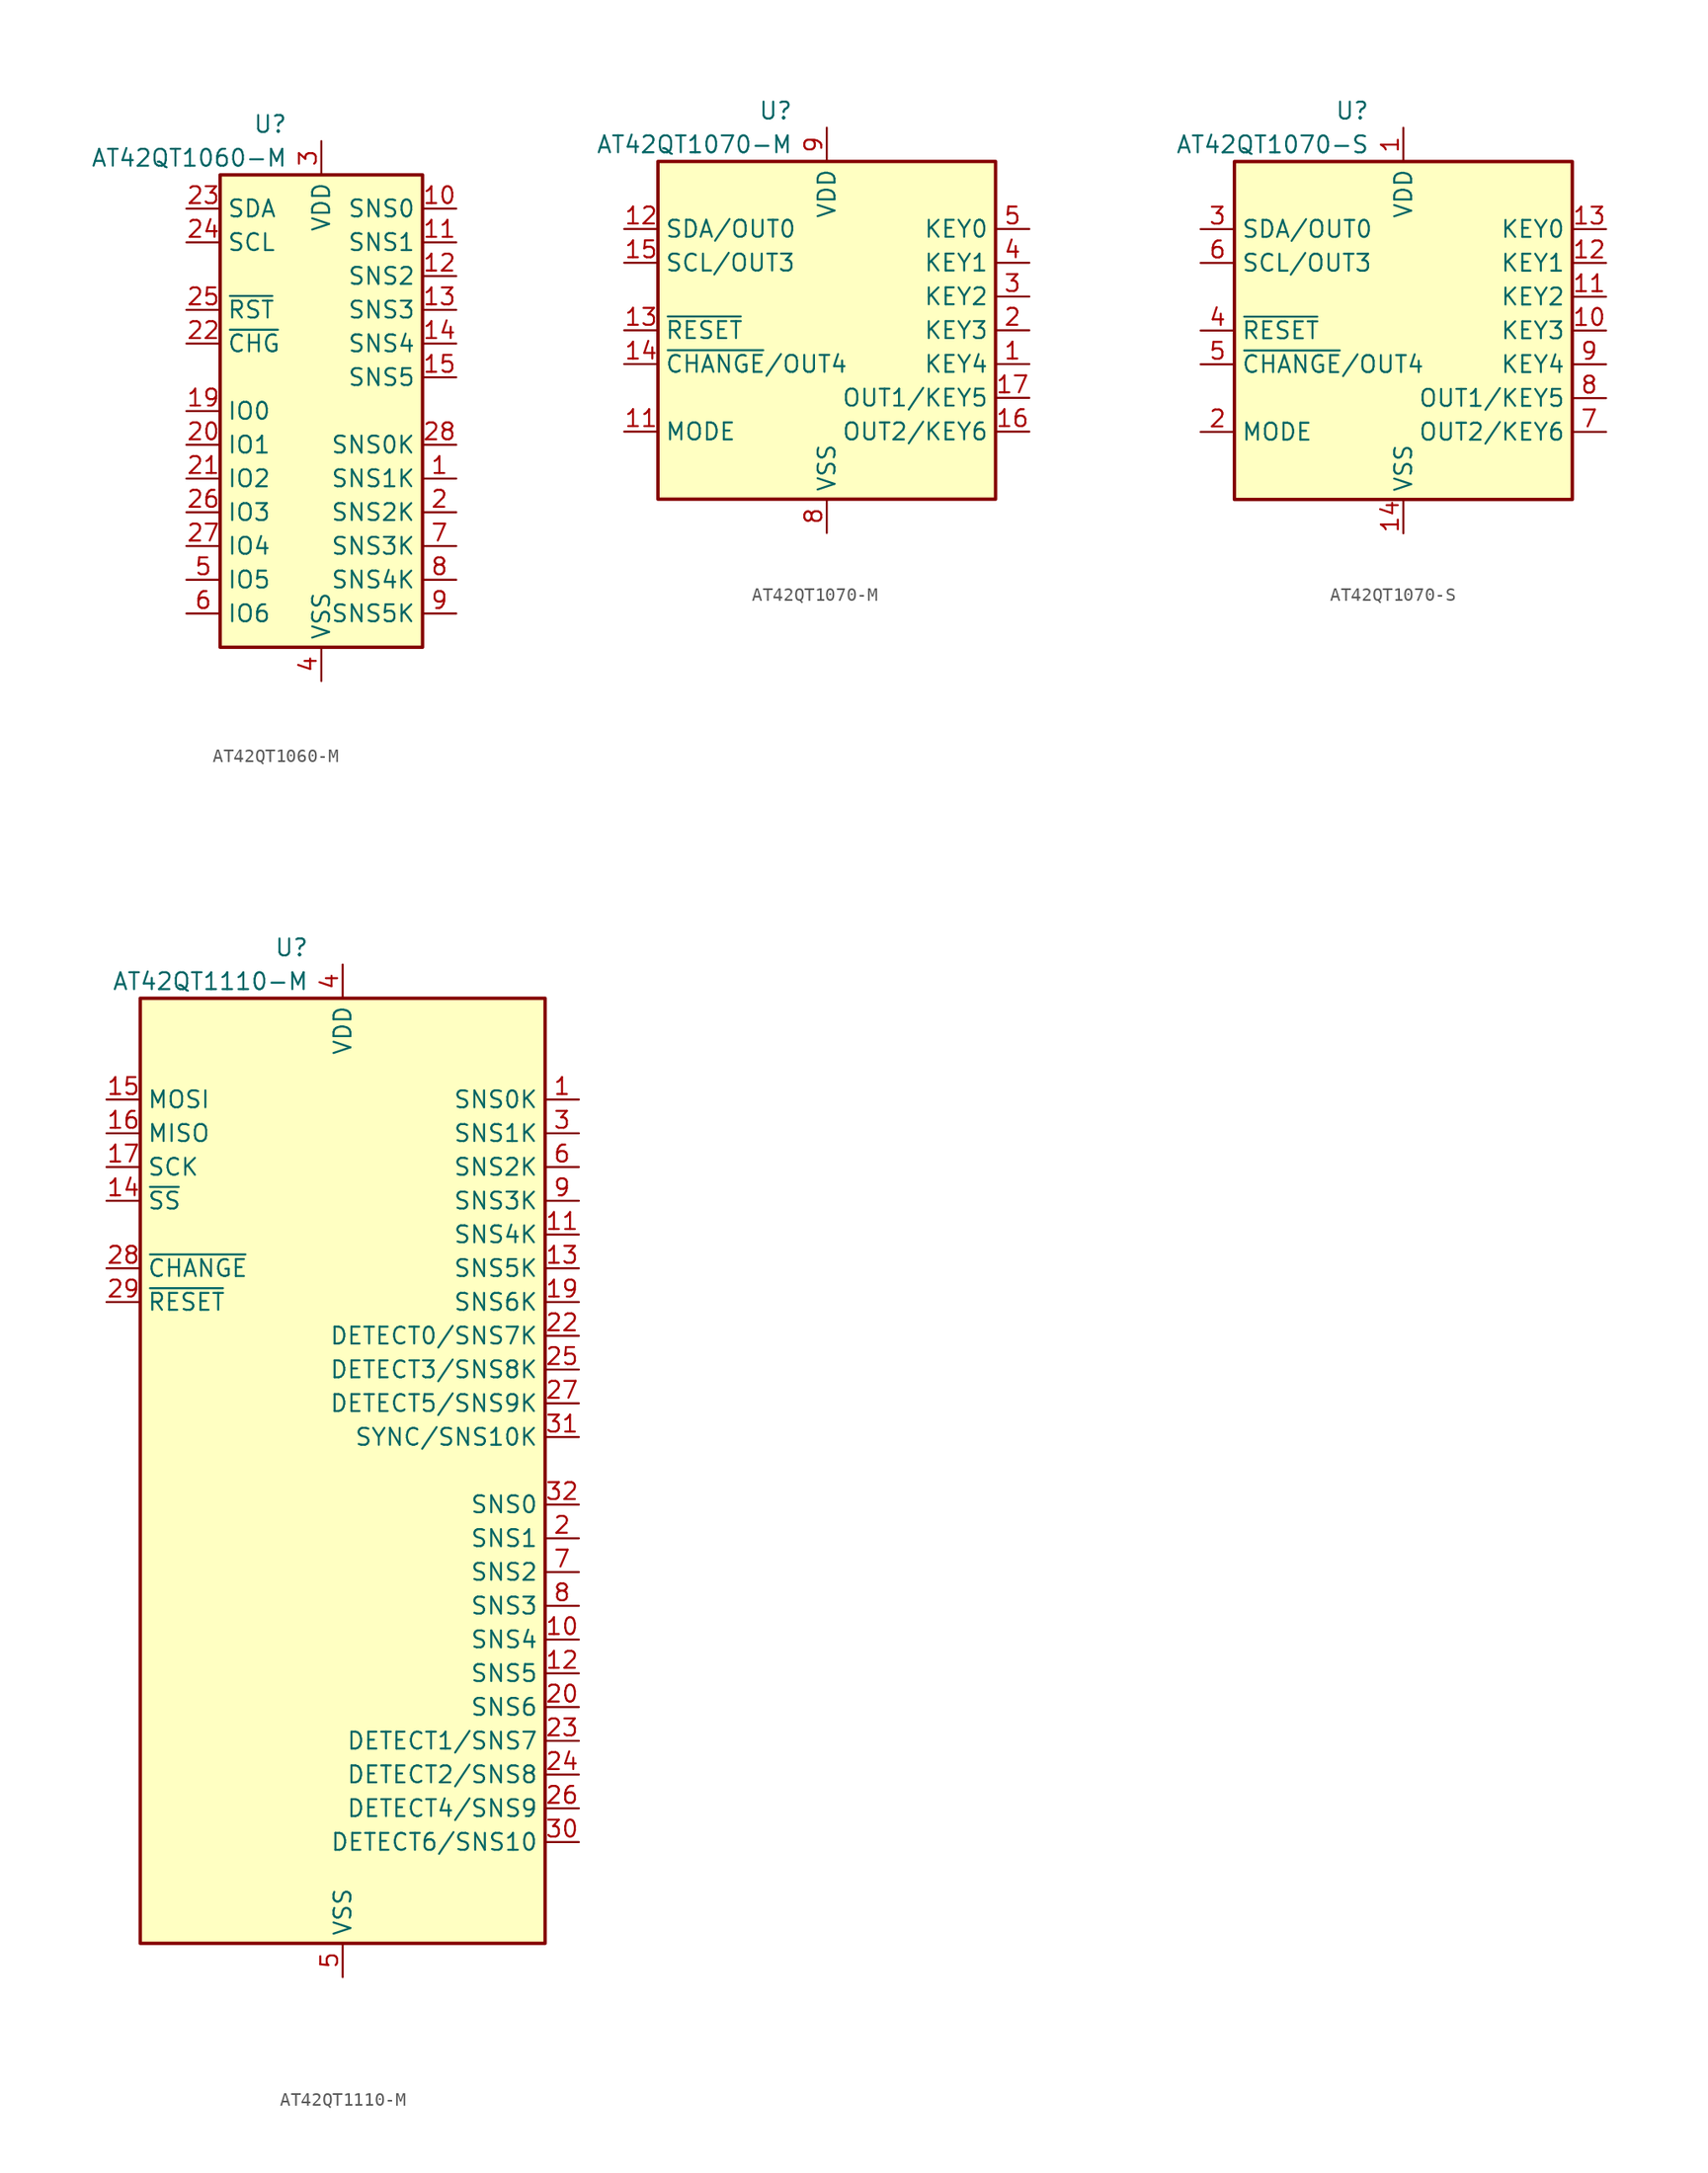
<source format=kicad_sym>
(kicad_symbol_lib
  (version 20241209)
  (generator "kicad_symbol_editor")
  (generator_version "9.0")
  (symbol "AT42QT1060-M"
    (property "Reference" "U"
      (at -2.54 21.59 0)
      (effects (font (size 1.27 1.27)) (justify right)))
    (property "Value" "AT42QT1060-M"
      (at -2.54 19.05 0)
      (effects (font (size 1.27 1.27)) (justify right)))
    (symbol "AT42QT1060-M_0_1"
      (rectangle (start 7.62 17.78) (end -7.62 -17.78) (stroke (width 0.254) (type default)) (fill (type background))))
    (symbol "AT42QT1060-M_1_1"
      (pin bidirectional line (at -10.16 15.24 0) (length 2.54) (name "SDA" (effects (font (size 1.27 1.27)))) (number "23" (effects (font (size 1.27 1.27)))))
      (pin input line (at -10.16 12.7 0) (length 2.54) (name "SCL" (effects (font (size 1.27 1.27)))) (number "24" (effects (font (size 1.27 1.27)))))
      (pin input line (at -10.16 7.62 0) (length 2.54) (name "~{RST}" (effects (font (size 1.27 1.27)))) (number "25" (effects (font (size 1.27 1.27)))))
      (pin open_collector line (at -10.16 5.08 0) (length 2.54) (name "~{CHG}" (effects (font (size 1.27 1.27)))) (number "22" (effects (font (size 1.27 1.27)))))
      (pin bidirectional line (at -10.16 0 0) (length 2.54) (name "IO0" (effects (font (size 1.27 1.27)))) (number "19" (effects (font (size 1.27 1.27)))))
      (pin bidirectional line (at -10.16 -2.54 0) (length 2.54) (name "IO1" (effects (font (size 1.27 1.27)))) (number "20" (effects (font (size 1.27 1.27)))))
      (pin bidirectional line (at -10.16 -5.08 0) (length 2.54) (name "IO2" (effects (font (size 1.27 1.27)))) (number "21" (effects (font (size 1.27 1.27)))))
      (pin bidirectional line (at -10.16 -7.62 0) (length 2.54) (name "IO3" (effects (font (size 1.27 1.27)))) (number "26" (effects (font (size 1.27 1.27)))))
      (pin bidirectional line (at -10.16 -10.16 0) (length 2.54) (name "IO4" (effects (font (size 1.27 1.27)))) (number "27" (effects (font (size 1.27 1.27)))))
      (pin bidirectional line (at -10.16 -12.7 0) (length 2.54) (name "IO5" (effects (font (size 1.27 1.27)))) (number "5" (effects (font (size 1.27 1.27)))))
      (pin bidirectional line (at -10.16 -15.24 0) (length 2.54) (name "IO6" (effects (font (size 1.27 1.27)))) (number "6" (effects (font (size 1.27 1.27)))))
      (pin passive line (at 0 20.32 270) (length 2.54) (hide yes) (name "VDD" (effects (font (size 1.27 1.27)))) (number "16" (effects (font (size 1.27 1.27)))))
      (pin passive line (at 0 20.32 270) (length 2.54) (hide yes) (name "VDD" (effects (font (size 1.27 1.27)))) (number "17" (effects (font (size 1.27 1.27)))))
      (pin power_in line (at 0 20.32 270) (length 2.54) (name "VDD" (effects (font (size 1.27 1.27)))) (number "3" (effects (font (size 1.27 1.27)))))
      (pin passive line (at 0 -20.32 90) (length 2.54) (hide yes) (name "VSS" (effects (font (size 1.27 1.27)))) (number "18" (effects (font (size 1.27 1.27)))))
      (pin passive line (at 0 -20.32 90) (length 2.54) (hide yes) (name "VSS" (effects (font (size 1.27 1.27)))) (number "29" (effects (font (size 1.27 1.27)))))
      (pin power_in line (at 0 -20.32 90) (length 2.54) (name "VSS" (effects (font (size 1.27 1.27)))) (number "4" (effects (font (size 1.27 1.27)))))
      (pin passive line (at 10.16 15.24 180) (length 2.54) (name "SNS0" (effects (font (size 1.27 1.27)))) (number "10" (effects (font (size 1.27 1.27)))))
      (pin passive line (at 10.16 12.7 180) (length 2.54) (name "SNS1" (effects (font (size 1.27 1.27)))) (number "11" (effects (font (size 1.27 1.27)))))
      (pin passive line (at 10.16 10.16 180) (length 2.54) (name "SNS2" (effects (font (size 1.27 1.27)))) (number "12" (effects (font (size 1.27 1.27)))))
      (pin passive line (at 10.16 7.62 180) (length 2.54) (name "SNS3" (effects (font (size 1.27 1.27)))) (number "13" (effects (font (size 1.27 1.27)))))
      (pin passive line (at 10.16 5.08 180) (length 2.54) (name "SNS4" (effects (font (size 1.27 1.27)))) (number "14" (effects (font (size 1.27 1.27)))))
      (pin passive line (at 10.16 2.54 180) (length 2.54) (name "SNS5" (effects (font (size 1.27 1.27)))) (number "15" (effects (font (size 1.27 1.27)))))
      (pin passive line (at 10.16 -2.54 180) (length 2.54) (name "SNS0K" (effects (font (size 1.27 1.27)))) (number "28" (effects (font (size 1.27 1.27)))))
      (pin passive line (at 10.16 -5.08 180) (length 2.54) (name "SNS1K" (effects (font (size 1.27 1.27)))) (number "1" (effects (font (size 1.27 1.27)))))
      (pin passive line (at 10.16 -7.62 180) (length 2.54) (name "SNS2K" (effects (font (size 1.27 1.27)))) (number "2" (effects (font (size 1.27 1.27)))))
      (pin passive line (at 10.16 -10.16 180) (length 2.54) (name "SNS3K" (effects (font (size 1.27 1.27)))) (number "7" (effects (font (size 1.27 1.27)))))
      (pin passive line (at 10.16 -12.7 180) (length 2.54) (name "SNS4K" (effects (font (size 1.27 1.27)))) (number "8" (effects (font (size 1.27 1.27)))))
      (pin passive line (at 10.16 -15.24 180) (length 2.54) (name "SNS5K" (effects (font (size 1.27 1.27)))) (number "9" (effects (font (size 1.27 1.27)))))))
  (symbol "AT42QT1070-M"
    (property "Reference" "U"
      (at -2.54 16.51 0)
      (effects (font (size 1.27 1.27)) (justify right)))
    (property "Value" "AT42QT1070-M"
      (at -2.54 13.97 0)
      (effects (font (size 1.27 1.27)) (justify right)))
    (symbol "AT42QT1070-M_0_1"
      (rectangle (start -12.7 12.7) (end 12.7 -12.7) (stroke (width 0.254) (type default)) (fill (type background))))
    (symbol "AT42QT1070-M_1_1"
      (pin bidirectional line (at -15.24 7.62 0) (length 2.54) (name "SDA/OUT0" (effects (font (size 1.27 1.27)))) (number "12" (effects (font (size 1.27 1.27)))))
      (pin bidirectional line (at -15.24 5.08 0) (length 2.54) (name "SCL/OUT3" (effects (font (size 1.27 1.27)))) (number "15" (effects (font (size 1.27 1.27)))))
      (pin input line (at -15.24 0 0) (length 2.54) (name "~{RESET}" (effects (font (size 1.27 1.27)))) (number "13" (effects (font (size 1.27 1.27)))))
      (pin open_collector line (at -15.24 -2.54 0) (length 2.54) (name "~{CHANGE}/OUT4" (effects (font (size 1.27 1.27)))) (number "14" (effects (font (size 1.27 1.27)))))
      (pin input line (at -15.24 -7.62 0) (length 2.54) (name "MODE" (effects (font (size 1.27 1.27)))) (number "11" (effects (font (size 1.27 1.27)))))
      (pin no_connect line (at -10.16 -12.7 90) (length 2.54) (hide yes) (name "NC" (effects (font (size 1.27 1.27)))) (number "6" (effects (font (size 1.27 1.27)))))
      (pin no_connect line (at -7.62 -12.7 90) (length 2.54) (hide yes) (name "NC" (effects (font (size 1.27 1.27)))) (number "7" (effects (font (size 1.27 1.27)))))
      (pin no_connect line (at -5.08 -12.7 90) (length 2.54) (hide yes) (name "NC" (effects (font (size 1.27 1.27)))) (number "10" (effects (font (size 1.27 1.27)))))
      (pin power_in line (at 0 15.24 270) (length 2.54) (name "VDD" (effects (font (size 1.27 1.27)))) (number "9" (effects (font (size 1.27 1.27)))))
      (pin passive line (at 0 -15.24 90) (length 2.54) (hide yes) (name "VSS" (effects (font (size 1.27 1.27)))) (number "21" (effects (font (size 1.27 1.27)))))
      (pin power_in line (at 0 -15.24 90) (length 2.54) (name "VSS" (effects (font (size 1.27 1.27)))) (number "8" (effects (font (size 1.27 1.27)))))
      (pin no_connect line (at 5.08 -12.7 90) (length 2.54) (hide yes) (name "NC" (effects (font (size 1.27 1.27)))) (number "18" (effects (font (size 1.27 1.27)))))
      (pin no_connect line (at 7.62 -12.7 90) (length 2.54) (hide yes) (name "NC" (effects (font (size 1.27 1.27)))) (number "19" (effects (font (size 1.27 1.27)))))
      (pin no_connect line (at 10.16 -12.7 90) (length 2.54) (hide yes) (name "NC" (effects (font (size 1.27 1.27)))) (number "20" (effects (font (size 1.27 1.27)))))
      (pin passive line (at 15.24 7.62 180) (length 2.54) (name "KEY0" (effects (font (size 1.27 1.27)))) (number "5" (effects (font (size 1.27 1.27)))))
      (pin passive line (at 15.24 5.08 180) (length 2.54) (name "KEY1" (effects (font (size 1.27 1.27)))) (number "4" (effects (font (size 1.27 1.27)))))
      (pin passive line (at 15.24 2.54 180) (length 2.54) (name "KEY2" (effects (font (size 1.27 1.27)))) (number "3" (effects (font (size 1.27 1.27)))))
      (pin passive line (at 15.24 0 180) (length 2.54) (name "KEY3" (effects (font (size 1.27 1.27)))) (number "2" (effects (font (size 1.27 1.27)))))
      (pin passive line (at 15.24 -2.54 180) (length 2.54) (name "KEY4" (effects (font (size 1.27 1.27)))) (number "1" (effects (font (size 1.27 1.27)))))
      (pin output line (at 15.24 -5.08 180) (length 2.54) (name "OUT1/KEY5" (effects (font (size 1.27 1.27)))) (number "17" (effects (font (size 1.27 1.27)))))
      (pin output line (at 15.24 -7.62 180) (length 2.54) (name "OUT2/KEY6" (effects (font (size 1.27 1.27)))) (number "16" (effects (font (size 1.27 1.27)))))))
  (symbol "AT42QT1070-S"
    (property "Reference" "U"
      (at -2.54 16.51 0)
      (effects (font (size 1.27 1.27)) (justify right)))
    (property "Value" "AT42QT1070-S"
      (at -2.54 13.97 0)
      (effects (font (size 1.27 1.27)) (justify right)))
    (symbol "AT42QT1070-S_0_1"
      (rectangle (start -12.7 12.7) (end 12.7 -12.7) (stroke (width 0.254) (type default)) (fill (type background))))
    (symbol "AT42QT1070-S_1_1"
      (pin bidirectional line (at -15.24 7.62 0) (length 2.54) (name "SDA/OUT0" (effects (font (size 1.27 1.27)))) (number "3" (effects (font (size 1.27 1.27)))))
      (pin bidirectional line (at -15.24 5.08 0) (length 2.54) (name "SCL/OUT3" (effects (font (size 1.27 1.27)))) (number "6" (effects (font (size 1.27 1.27)))))
      (pin input line (at -15.24 0 0) (length 2.54) (name "~{RESET}" (effects (font (size 1.27 1.27)))) (number "4" (effects (font (size 1.27 1.27)))))
      (pin open_collector line (at -15.24 -2.54 0) (length 2.54) (name "~{CHANGE}/OUT4" (effects (font (size 1.27 1.27)))) (number "5" (effects (font (size 1.27 1.27)))))
      (pin input line (at -15.24 -7.62 0) (length 2.54) (name "MODE" (effects (font (size 1.27 1.27)))) (number "2" (effects (font (size 1.27 1.27)))))
      (pin power_in line (at 0 15.24 270) (length 2.54) (name "VDD" (effects (font (size 1.27 1.27)))) (number "1" (effects (font (size 1.27 1.27)))))
      (pin power_in line (at 0 -15.24 90) (length 2.54) (name "VSS" (effects (font (size 1.27 1.27)))) (number "14" (effects (font (size 1.27 1.27)))))
      (pin passive line (at 15.24 7.62 180) (length 2.54) (name "KEY0" (effects (font (size 1.27 1.27)))) (number "13" (effects (font (size 1.27 1.27)))))
      (pin passive line (at 15.24 5.08 180) (length 2.54) (name "KEY1" (effects (font (size 1.27 1.27)))) (number "12" (effects (font (size 1.27 1.27)))))
      (pin passive line (at 15.24 2.54 180) (length 2.54) (name "KEY2" (effects (font (size 1.27 1.27)))) (number "11" (effects (font (size 1.27 1.27)))))
      (pin passive line (at 15.24 0 180) (length 2.54) (name "KEY3" (effects (font (size 1.27 1.27)))) (number "10" (effects (font (size 1.27 1.27)))))
      (pin passive line (at 15.24 -2.54 180) (length 2.54) (name "KEY4" (effects (font (size 1.27 1.27)))) (number "9" (effects (font (size 1.27 1.27)))))
      (pin output line (at 15.24 -5.08 180) (length 2.54) (name "OUT1/KEY5" (effects (font (size 1.27 1.27)))) (number "8" (effects (font (size 1.27 1.27)))))
      (pin output line (at 15.24 -7.62 180) (length 2.54) (name "OUT2/KEY6" (effects (font (size 1.27 1.27)))) (number "7" (effects (font (size 1.27 1.27)))))))
  (symbol "AT42QT1110-M"
    (property "Reference" "U"
      (at -2.54 39.37 0)
      (effects (font (size 1.27 1.27)) (justify right)))
    (property "Value" "AT42QT1110-M"
      (at -2.54 36.83 0)
      (effects (font (size 1.27 1.27)) (justify right)))
    (symbol "AT42QT1110-M_0_1"
      (rectangle (start -15.24 35.56) (end 15.24 -35.56) (stroke (width 0.254) (type default)) (fill (type background))))
    (symbol "AT42QT1110-M_1_1"
      (pin input line (at -17.78 27.94 0) (length 2.54) (name "MOSI" (effects (font (size 1.27 1.27)))) (number "15" (effects (font (size 1.27 1.27)))))
      (pin output line (at -17.78 25.4 0) (length 2.54) (name "MISO" (effects (font (size 1.27 1.27)))) (number "16" (effects (font (size 1.27 1.27)))))
      (pin input line (at -17.78 22.86 0) (length 2.54) (name "SCK" (effects (font (size 1.27 1.27)))) (number "17" (effects (font (size 1.27 1.27)))))
      (pin input line (at -17.78 20.32 0) (length 2.54) (name "~{SS}" (effects (font (size 1.27 1.27)))) (number "14" (effects (font (size 1.27 1.27)))))
      (pin open_collector line (at -17.78 15.24 0) (length 2.54) (name "~{CHANGE}" (effects (font (size 1.27 1.27)))) (number "28" (effects (font (size 1.27 1.27)))))
      (pin input line (at -17.78 12.7 0) (length 2.54) (name "~{RESET}" (effects (font (size 1.27 1.27)))) (number "29" (effects (font (size 1.27 1.27)))))
      (pin passive line (at 0 38.1 270) (length 2.54) (hide yes) (name "VDD" (effects (font (size 1.27 1.27)))) (number "18" (effects (font (size 1.27 1.27)))))
      (pin power_in line (at 0 38.1 270) (length 2.54) (name "VDD" (effects (font (size 1.27 1.27)))) (number "4" (effects (font (size 1.27 1.27)))))
      (pin passive line (at 0 -38.1 90) (length 2.54) (hide yes) (name "VSS" (effects (font (size 1.27 1.27)))) (number "21" (effects (font (size 1.27 1.27)))))
      (pin passive line (at 0 -38.1 90) (length 2.54) (hide yes) (name "VSS" (effects (font (size 1.27 1.27)))) (number "33" (effects (font (size 1.27 1.27)))))
      (pin power_in line (at 0 -38.1 90) (length 2.54) (name "VSS" (effects (font (size 1.27 1.27)))) (number "5" (effects (font (size 1.27 1.27)))))
      (pin passive line (at 17.78 27.94 180) (length 2.54) (name "SNS0K" (effects (font (size 1.27 1.27)))) (number "1" (effects (font (size 1.27 1.27)))))
      (pin passive line (at 17.78 25.4 180) (length 2.54) (name "SNS1K" (effects (font (size 1.27 1.27)))) (number "3" (effects (font (size 1.27 1.27)))))
      (pin passive line (at 17.78 22.86 180) (length 2.54) (name "SNS2K" (effects (font (size 1.27 1.27)))) (number "6" (effects (font (size 1.27 1.27)))))
      (pin passive line (at 17.78 20.32 180) (length 2.54) (name "SNS3K" (effects (font (size 1.27 1.27)))) (number "9" (effects (font (size 1.27 1.27)))))
      (pin passive line (at 17.78 17.78 180) (length 2.54) (name "SNS4K" (effects (font (size 1.27 1.27)))) (number "11" (effects (font (size 1.27 1.27)))))
      (pin passive line (at 17.78 15.24 180) (length 2.54) (name "SNS5K" (effects (font (size 1.27 1.27)))) (number "13" (effects (font (size 1.27 1.27)))))
      (pin passive line (at 17.78 12.7 180) (length 2.54) (name "SNS6K" (effects (font (size 1.27 1.27)))) (number "19" (effects (font (size 1.27 1.27)))))
      (pin bidirectional line (at 17.78 10.16 180) (length 2.54) (name "DETECT0/SNS7K" (effects (font (size 1.27 1.27)))) (number "22" (effects (font (size 1.27 1.27)))))
      (pin bidirectional line (at 17.78 7.62 180) (length 2.54) (name "DETECT3/SNS8K" (effects (font (size 1.27 1.27)))) (number "25" (effects (font (size 1.27 1.27)))))
      (pin bidirectional line (at 17.78 5.08 180) (length 2.54) (name "DETECT5/SNS9K" (effects (font (size 1.27 1.27)))) (number "27" (effects (font (size 1.27 1.27)))))
      (pin bidirectional line (at 17.78 2.54 180) (length 2.54) (name "SYNC/SNS10K" (effects (font (size 1.27 1.27)))) (number "31" (effects (font (size 1.27 1.27)))))
      (pin passive line (at 17.78 -2.54 180) (length 2.54) (name "SNS0" (effects (font (size 1.27 1.27)))) (number "32" (effects (font (size 1.27 1.27)))))
      (pin passive line (at 17.78 -5.08 180) (length 2.54) (name "SNS1" (effects (font (size 1.27 1.27)))) (number "2" (effects (font (size 1.27 1.27)))))
      (pin passive line (at 17.78 -7.62 180) (length 2.54) (name "SNS2" (effects (font (size 1.27 1.27)))) (number "7" (effects (font (size 1.27 1.27)))))
      (pin passive line (at 17.78 -10.16 180) (length 2.54) (name "SNS3" (effects (font (size 1.27 1.27)))) (number "8" (effects (font (size 1.27 1.27)))))
      (pin passive line (at 17.78 -12.7 180) (length 2.54) (name "SNS4" (effects (font (size 1.27 1.27)))) (number "10" (effects (font (size 1.27 1.27)))))
      (pin passive line (at 17.78 -15.24 180) (length 2.54) (name "SNS5" (effects (font (size 1.27 1.27)))) (number "12" (effects (font (size 1.27 1.27)))))
      (pin passive line (at 17.78 -17.78 180) (length 2.54) (name "SNS6" (effects (font (size 1.27 1.27)))) (number "20" (effects (font (size 1.27 1.27)))))
      (pin bidirectional line (at 17.78 -20.32 180) (length 2.54) (name "DETECT1/SNS7" (effects (font (size 1.27 1.27)))) (number "23" (effects (font (size 1.27 1.27)))))
      (pin bidirectional line (at 17.78 -22.86 180) (length 2.54) (name "DETECT2/SNS8" (effects (font (size 1.27 1.27)))) (number "24" (effects (font (size 1.27 1.27)))))
      (pin bidirectional line (at 17.78 -25.4 180) (length 2.54) (name "DETECT4/SNS9" (effects (font (size 1.27 1.27)))) (number "26" (effects (font (size 1.27 1.27)))))
      (pin bidirectional line (at 17.78 -27.94 180) (length 2.54) (name "DETECT6/SNS10" (effects (font (size 1.27 1.27)))) (number "30" (effects (font (size 1.27 1.27))))))))
</source>
